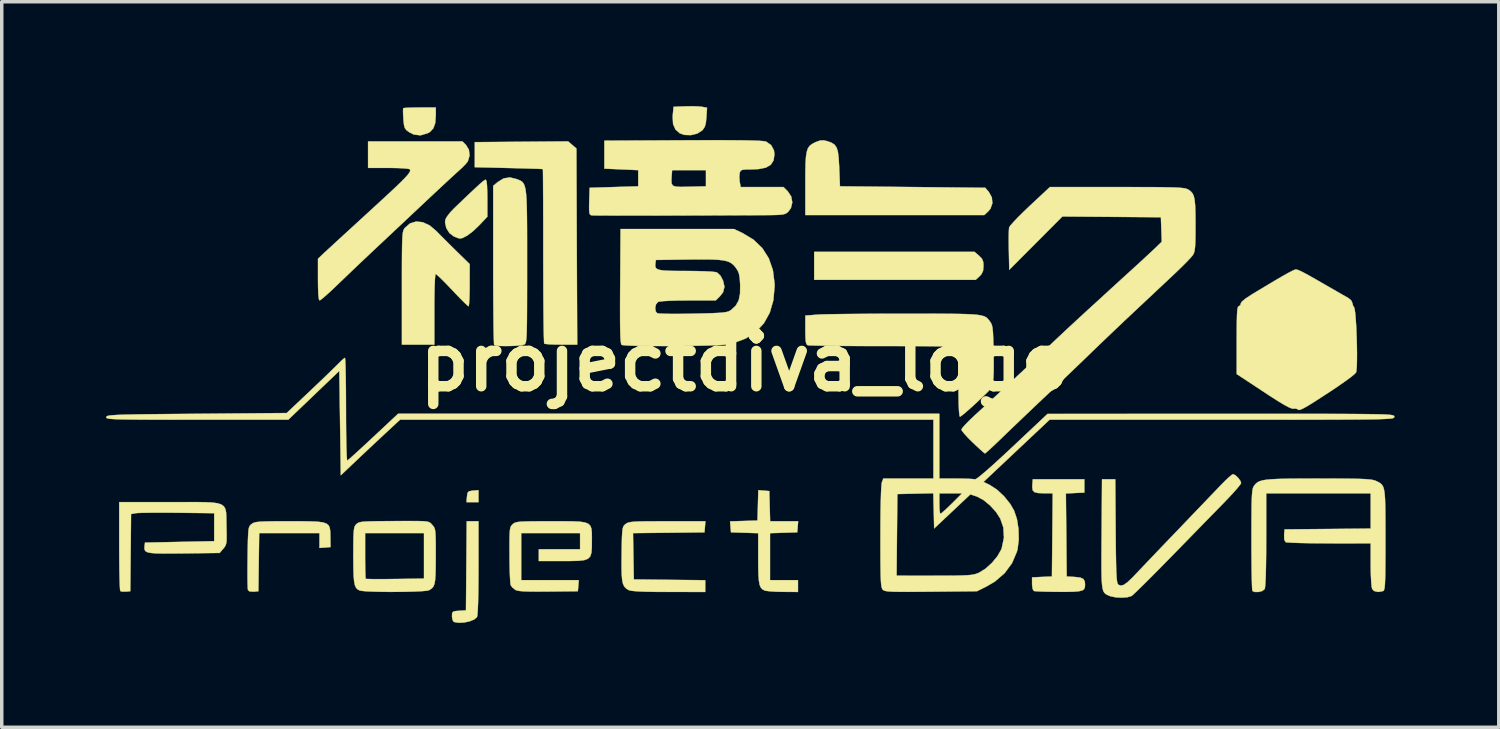
<source format=kicad_pcb>
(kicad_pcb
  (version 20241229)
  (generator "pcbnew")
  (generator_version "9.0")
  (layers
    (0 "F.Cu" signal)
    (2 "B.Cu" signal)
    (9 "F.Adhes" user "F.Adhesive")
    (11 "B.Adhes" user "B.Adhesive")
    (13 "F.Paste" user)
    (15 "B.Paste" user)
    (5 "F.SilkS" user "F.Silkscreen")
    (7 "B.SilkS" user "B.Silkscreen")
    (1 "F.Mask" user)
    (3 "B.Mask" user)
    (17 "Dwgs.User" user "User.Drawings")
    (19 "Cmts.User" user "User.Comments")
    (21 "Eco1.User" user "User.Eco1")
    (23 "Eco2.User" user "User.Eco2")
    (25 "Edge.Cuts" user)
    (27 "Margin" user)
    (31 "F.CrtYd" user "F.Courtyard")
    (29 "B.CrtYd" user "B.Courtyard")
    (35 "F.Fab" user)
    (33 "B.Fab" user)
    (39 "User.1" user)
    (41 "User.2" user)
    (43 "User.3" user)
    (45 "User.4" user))
  (footprint "projectdiva_logo"
    (layer "F.Cu")
    (at 18.37 7.366)
    (property "Reference" "projectdiva_logo" (at 0 0 0) (layer "F.SilkS") (effects (font (size 1.524 1.524) (thickness 0.3))))
    (attr through_hole)
    (fp_poly (pts (xy -7.662 4.022) (xy -8.006 4.022) (xy -7.993 3.863) (xy -7.978 3.758) (xy -7.937 3.711) (xy -7.843 3.693) (xy -7.821 3.691) (xy -7.662 3.678) (xy -7.662 4.022)) (stroke (width 0.01) (type solid)) (fill yes) (layer "F.SilkS"))
    (fp_poly (pts (xy 6.728 -3.065) (xy 6.814 -2.978) (xy 6.851 -2.882) (xy 6.858 -2.767) (xy 6.845 -2.626) (xy 6.795 -2.526) (xy 6.746 -2.474) (xy 6.634 -2.371) (xy 1.99 -2.371) (xy 1.99 -3.175) (xy 6.598 -3.175) (xy 6.728 -3.065)) (stroke (width 0.01) (type solid)) (fill yes) (layer "F.SilkS"))
    (fp_poly (pts (xy -1.365 -7.357) (xy -1.244 -7.346) (xy -1.233 -7.344) (xy -1.091 -7.318) (xy -1.109 -7.045) (xy -1.125 -6.88) (xy -1.156 -6.77) (xy -1.211 -6.688) (xy -1.237 -6.661) (xy -1.376 -6.574) (xy -1.555 -6.531) (xy -1.739 -6.537) (xy -1.873 -6.583) (xy -1.999 -6.693) (xy -2.067 -6.85) (xy -2.079 -7.064) (xy -2.075 -7.112) (xy -2.053 -7.345) (xy -1.714 -7.358) (xy -1.532 -7.361) (xy -1.365 -7.357)) (stroke (width 0.01) (type solid)) (fill yes) (layer "F.SilkS"))
    (fp_poly (pts (xy -8.89 -7.093) (xy -8.906 -6.878) (xy -8.96 -6.727) (xy -9.057 -6.623) (xy -9.125 -6.585) (xy -9.33 -6.525) (xy -9.522 -6.548) (xy -9.656 -6.616) (xy -9.734 -6.674) (xy -9.779 -6.734) (xy -9.804 -6.823) (xy -9.819 -6.966) (xy -9.821 -7.001) (xy -9.83 -7.147) (xy -9.831 -7.257) (xy -9.825 -7.306) (xy -9.825 -7.306) (xy -9.778 -7.313) (xy -9.664 -7.319) (xy -9.502 -7.323) (xy -9.349 -7.324) (xy -8.89 -7.324) (xy -8.89 -7.093)) (stroke (width 0.01) (type solid)) (fill yes) (layer "F.SilkS"))
    (fp_poly (pts (xy -7.662 5.908) (xy -7.664 6.298) (xy -7.668 6.635) (xy -7.674 6.913) (xy -7.683 7.125) (xy -7.693 7.265) (xy -7.705 7.325) (xy -7.782 7.393) (xy -7.915 7.448) (xy -8.076 7.482) (xy -8.237 7.49) (xy -8.369 7.466) (xy -8.371 7.465) (xy -8.407 7.412) (xy -8.424 7.312) (xy -8.424 7.301) (xy -8.42 7.215) (xy -8.391 7.172) (xy -8.317 7.153) (xy -8.223 7.146) (xy -8.022 7.133) (xy -8.011 5.853) (xy -8 4.572) (xy -7.662 4.572) (xy -7.662 5.908)) (stroke (width 0.01) (type solid)) (fill yes) (layer "F.SilkS"))
    (fp_poly (pts (xy -7.433 -5.211) (xy -7.418 -5.094) (xy -7.41 -4.896) (xy -7.408 -4.717) (xy -7.408 -4.185) (xy -7.652 -3.928) (xy -7.822 -3.766) (xy -7.984 -3.644) (xy -8.123 -3.572) (xy -8.201 -3.558) (xy -8.259 -3.574) (xy -8.357 -3.613) (xy -8.373 -3.62) (xy -8.498 -3.715) (xy -8.587 -3.858) (xy -8.623 -4.018) (xy -8.615 -4.101) (xy -8.571 -4.184) (xy -8.483 -4.299) (xy -8.368 -4.421) (xy -8.366 -4.423) (xy -8.106 -4.673) (xy -7.9 -4.869) (xy -7.741 -5.017) (xy -7.625 -5.124) (xy -7.543 -5.194) (xy -7.49 -5.234) (xy -7.46 -5.249) (xy -7.455 -5.249) (xy -7.433 -5.211)) (stroke (width 0.01) (type solid)) (fill yes) (layer "F.SilkS"))
    (fp_poly (pts (xy 0.699 3.704) (xy 0.711 4.138) (xy 0.723 4.572) (xy 1.529 4.572) (xy 1.503 4.889) (xy 0.72 4.914) (xy 0.72 6.265) (xy 1.524 6.265) (xy 1.524 6.604) (xy 1.09 6.601) (xy 0.897 6.597) (xy 0.728 6.586) (xy 0.606 6.572) (xy 0.564 6.561) (xy 0.501 6.528) (xy 0.454 6.476) (xy 0.421 6.396) (xy 0.4 6.274) (xy 0.387 6.1) (xy 0.382 5.862) (xy 0.381 5.635) (xy 0.381 4.914) (xy -0.011 4.902) (xy -0.402 4.889) (xy -0.428 4.575) (xy -0.034 4.563) (xy 0.36 4.551) (xy 0.372 4.114) (xy 0.384 3.678) (xy 0.699 3.704)) (stroke (width 0.01) (type solid)) (fill yes) (layer "F.SilkS"))
    (fp_poly (pts (xy 2.364 -6.357) (xy 2.486 -6.314) (xy 2.573 -6.258) (xy 2.633 -6.177) (xy 2.671 -6.056) (xy 2.693 -5.88) (xy 2.708 -5.636) (xy 2.709 -5.594) (xy 2.731 -5.059) (xy 4.819 -5.038) (xy 6.908 -5.016) (xy 7.01 -4.898) (xy 7.097 -4.741) (xy 7.113 -4.572) (xy 7.058 -4.415) (xy 6.996 -4.341) (xy 6.88 -4.233) (xy 1.736 -4.233) (xy 1.736 -5.124) (xy 1.737 -5.455) (xy 1.742 -5.711) (xy 1.754 -5.905) (xy 1.776 -6.047) (xy 1.809 -6.149) (xy 1.858 -6.221) (xy 1.924 -6.273) (xy 2.01 -6.319) (xy 2.029 -6.328) (xy 2.157 -6.375) (xy 2.262 -6.381) (xy 2.364 -6.357)) (stroke (width 0.01) (type solid)) (fill yes) (layer "F.SilkS"))
    (fp_poly (pts (xy -4.847 -6.146) (xy -4.836 -3.327) (xy -4.824 -0.508) (xy -5.284 -0.508) (xy -5.473 -0.51) (xy -5.63 -0.517) (xy -5.736 -0.527) (xy -5.771 -0.536) (xy -5.777 -0.583) (xy -5.781 -0.706) (xy -5.786 -0.899) (xy -5.79 -1.154) (xy -5.793 -1.464) (xy -5.796 -1.822) (xy -5.798 -2.218) (xy -5.799 -2.647) (xy -5.8 -3.055) (xy -5.8 -3.506) (xy -5.8 -3.931) (xy -5.801 -4.322) (xy -5.802 -4.673) (xy -5.804 -4.975) (xy -5.805 -5.222) (xy -5.807 -5.406) (xy -5.809 -5.519) (xy -5.81 -5.554) (xy -5.854 -5.558) (xy -5.97 -5.563) (xy -6.147 -5.568) (xy -6.372 -5.575) (xy -6.634 -5.582) (xy -6.795 -5.586) (xy -7.768 -5.609) (xy -7.768 -6.329) (xy -5.086 -6.351) (xy -4.847 -6.146)) (stroke (width 0.01) (type solid)) (fill yes) (layer "F.SilkS"))
    (fp_poly (pts (xy 9.758 3.747) (xy 9.493 3.759) (xy 9.227 3.772) (xy 9.239 4.966) (xy 9.25 6.16) (xy 9.482 6.173) (xy 9.639 6.191) (xy 9.73 6.231) (xy 9.771 6.306) (xy 9.778 6.394) (xy 9.773 6.469) (xy 9.75 6.524) (xy 9.696 6.561) (xy 9.6 6.584) (xy 9.452 6.597) (xy 9.24 6.601) (xy 9.019 6.601) (xy 8.789 6.598) (xy 8.586 6.594) (xy 8.428 6.587) (xy 8.33 6.58) (xy 8.308 6.576) (xy 8.273 6.522) (xy 8.256 6.409) (xy 8.255 6.37) (xy 8.255 6.185) (xy 8.541 6.172) (xy 8.826 6.16) (xy 8.838 4.964) (xy 8.849 3.768) (xy 8.605 3.767) (xy 8.429 3.76) (xy 8.323 3.734) (xy 8.272 3.678) (xy 8.26 3.581) (xy 8.263 3.531) (xy 8.276 3.365) (xy 9.758 3.365) (xy 9.758 3.747)) (stroke (width 0.01) (type solid)) (fill yes) (layer "F.SilkS"))
    (fp_poly (pts (xy -12.756 4.572) (xy -12.486 4.576) (xy -12.282 4.585) (xy -12.134 4.605) (xy -12.034 4.639) (xy -11.972 4.689) (xy -11.939 4.761) (xy -11.925 4.856) (xy -11.921 4.979) (xy -11.921 5.02) (xy -11.917 5.313) (xy -12.234 5.339) (xy -12.234 4.911) (xy -13.968 4.911) (xy -13.98 5.747) (xy -13.991 6.583) (xy -14.129 6.596) (xy -14.246 6.588) (xy -14.29 6.549) (xy -14.297 6.489) (xy -14.301 6.359) (xy -14.304 6.172) (xy -14.304 5.94) (xy -14.301 5.679) (xy -14.301 5.611) (xy -14.296 5.317) (xy -14.291 5.096) (xy -14.284 4.937) (xy -14.275 4.827) (xy -14.261 4.754) (xy -14.241 4.707) (xy -14.214 4.675) (xy -14.188 4.653) (xy -14.15 4.627) (xy -14.101 4.607) (xy -14.031 4.593) (xy -13.928 4.583) (xy -13.781 4.577) (xy -13.578 4.573) (xy -13.309 4.572) (xy -13.102 4.572) (xy -12.756 4.572)) (stroke (width 0.01) (type solid)) (fill yes) (layer "F.SilkS"))
    (fp_poly (pts (xy -1.164 4.889) (xy -2.192 4.901) (xy -3.219 4.912) (xy -3.208 5.578) (xy -3.196 6.244) (xy -2.17 6.256) (xy -1.143 6.267) (xy -1.143 6.604) (xy -2.191 6.603) (xy -2.558 6.602) (xy -2.848 6.597) (xy -3.066 6.588) (xy -3.219 6.576) (xy -3.314 6.56) (xy -3.343 6.55) (xy -3.415 6.506) (xy -3.468 6.451) (xy -3.506 6.372) (xy -3.531 6.257) (xy -3.544 6.095) (xy -3.549 5.875) (xy -3.547 5.584) (xy -3.546 5.51) (xy -3.542 5.236) (xy -3.537 5.034) (xy -3.529 4.891) (xy -3.518 4.795) (xy -3.501 4.733) (xy -3.477 4.692) (xy -3.444 4.66) (xy -3.435 4.653) (xy -3.399 4.628) (xy -3.353 4.609) (xy -3.287 4.595) (xy -3.19 4.585) (xy -3.051 4.578) (xy -2.86 4.574) (xy -2.607 4.573) (xy -2.281 4.572) (xy -2.236 4.572) (xy -1.138 4.572) (xy -1.164 4.889)) (stroke (width 0.01) (type solid)) (fill yes) (layer "F.SilkS"))
    (fp_poly (pts (xy -9.264 -4.026) (xy -9.066 -3.934) (xy -8.881 -3.779) (xy -8.772 -3.667) (xy -8.623 -3.518) (xy -8.454 -3.35) (xy -8.302 -3.2) (xy -7.916 -2.823) (xy -7.916 -2.216) (xy -7.918 -2) (xy -7.924 -1.818) (xy -7.933 -1.685) (xy -7.943 -1.615) (xy -7.948 -1.609) (xy -7.987 -1.638) (xy -8.072 -1.719) (xy -8.193 -1.84) (xy -8.339 -1.992) (xy -8.417 -2.075) (xy -8.572 -2.237) (xy -8.708 -2.374) (xy -8.814 -2.477) (xy -8.88 -2.533) (xy -8.894 -2.54) (xy -8.905 -2.499) (xy -8.915 -2.384) (xy -8.923 -2.203) (xy -8.929 -1.966) (xy -8.932 -1.683) (xy -8.932 -1.524) (xy -8.932 -0.508) (xy -9.864 -0.508) (xy -9.864 -2.132) (xy -9.864 -2.546) (xy -9.863 -2.884) (xy -9.861 -3.154) (xy -9.858 -3.365) (xy -9.853 -3.525) (xy -9.846 -3.642) (xy -9.836 -3.726) (xy -9.823 -3.783) (xy -9.806 -3.824) (xy -9.786 -3.855) (xy -9.778 -3.865) (xy -9.631 -3.992) (xy -9.456 -4.046) (xy -9.264 -4.026)) (stroke (width 0.01) (type solid)) (fill yes) (layer "F.SilkS"))
    (fp_poly (pts (xy -6.566 -5.267) (xy -6.502 -5.242) (xy -6.448 -5.217) (xy -6.402 -5.185) (xy -6.365 -5.139) (xy -6.336 -5.073) (xy -6.312 -4.981) (xy -6.295 -4.854) (xy -6.282 -4.686) (xy -6.274 -4.471) (xy -6.269 -4.202) (xy -6.266 -3.872) (xy -6.265 -3.474) (xy -6.265 -3) (xy -6.265 -2.755) (xy -6.265 -2.267) (xy -6.266 -1.857) (xy -6.267 -1.517) (xy -6.269 -1.242) (xy -6.272 -1.023) (xy -6.276 -0.855) (xy -6.282 -0.73) (xy -6.29 -0.641) (xy -6.3 -0.582) (xy -6.313 -0.545) (xy -6.328 -0.523) (xy -6.345 -0.51) (xy -6.347 -0.509) (xy -6.421 -0.491) (xy -6.551 -0.477) (xy -6.713 -0.469) (xy -6.883 -0.466) (xy -7.038 -0.469) (xy -7.156 -0.478) (xy -7.211 -0.494) (xy -7.216 -0.54) (xy -7.221 -0.664) (xy -7.226 -0.856) (xy -7.23 -1.109) (xy -7.233 -1.416) (xy -7.236 -1.768) (xy -7.238 -2.157) (xy -7.239 -2.576) (xy -7.239 -2.797) (xy -7.239 -5.072) (xy -7.113 -5.178) (xy -6.937 -5.287) (xy -6.757 -5.314) (xy -6.566 -5.267)) (stroke (width 0.01) (type solid)) (fill yes) (layer "F.SilkS"))
    (fp_poly (pts (xy -15.522 4.024) (xy -15.316 4.034) (xy -15.162 4.055) (xy -15.054 4.09) (xy -14.983 4.143) (xy -14.941 4.216) (xy -14.92 4.313) (xy -14.913 4.438) (xy -14.911 4.594) (xy -14.909 4.718) (xy -14.904 4.937) (xy -14.904 5.088) (xy -14.912 5.189) (xy -14.931 5.259) (xy -14.962 5.313) (xy -15 5.36) (xy -15.106 5.482) (xy -16.129 5.495) (xy -16.472 5.498) (xy -16.74 5.499) (xy -16.941 5.494) (xy -17.085 5.482) (xy -17.18 5.462) (xy -17.236 5.432) (xy -17.262 5.391) (xy -17.267 5.336) (xy -17.264 5.295) (xy -17.251 5.186) (xy -16.256 5.165) (xy -15.261 5.144) (xy -15.261 4.339) (xy -16.32 4.327) (xy -16.618 4.324) (xy -16.895 4.324) (xy -17.138 4.326) (xy -17.332 4.329) (xy -17.465 4.334) (xy -17.515 4.339) (xy -17.652 4.364) (xy -17.674 6.583) (xy -17.803 6.595) (xy -17.903 6.595) (xy -17.961 6.578) (xy -17.969 6.529) (xy -17.976 6.407) (xy -17.982 6.221) (xy -17.987 5.983) (xy -17.99 5.703) (xy -17.992 5.392) (xy -17.992 5.285) (xy -17.992 4.022) (xy -16.538 4.022) (xy -16.125 4.021) (xy -15.789 4.02) (xy -15.522 4.024)) (stroke (width 0.01) (type solid)) (fill yes) (layer "F.SilkS"))
    (fp_poly (pts (xy -4.963 4.574) (xy -4.758 4.583) (xy -4.61 4.604) (xy -4.51 4.641) (xy -4.449 4.698) (xy -4.416 4.78) (xy -4.404 4.891) (xy -4.402 5.037) (xy -4.403 5.142) (xy -4.404 5.336) (xy -4.416 5.48) (xy -4.449 5.582) (xy -4.514 5.649) (xy -4.622 5.689) (xy -4.784 5.708) (xy -5.01 5.714) (xy -5.257 5.715) (xy -5.927 5.715) (xy -5.927 5.376) (xy -4.741 5.376) (xy -4.741 4.911) (xy -6.435 4.911) (xy -6.435 6.265) (xy -4.779 6.265) (xy -4.792 6.424) (xy -4.805 6.583) (xy -5.652 6.592) (xy -5.964 6.594) (xy -6.202 6.592) (xy -6.376 6.586) (xy -6.497 6.574) (xy -6.574 6.556) (xy -6.602 6.544) (xy -6.691 6.473) (xy -6.736 6.408) (xy -6.746 6.342) (xy -6.755 6.206) (xy -6.763 6.015) (xy -6.768 5.785) (xy -6.77 5.537) (xy -6.771 5.259) (xy -6.77 5.053) (xy -6.765 4.907) (xy -6.756 4.807) (xy -6.741 4.742) (xy -6.718 4.699) (xy -6.688 4.665) (xy -6.681 4.658) (xy -6.647 4.631) (xy -6.606 4.61) (xy -6.545 4.595) (xy -6.455 4.584) (xy -6.323 4.578) (xy -6.14 4.574) (xy -5.894 4.572) (xy -5.58 4.572) (xy -5.234 4.572) (xy -4.963 4.574)) (stroke (width 0.01) (type solid)) (fill yes) (layer "F.SilkS"))
    (fp_poly (pts (xy -8.02 -6.246) (xy -7.938 -6.109) (xy -7.919 -5.943) (xy -7.967 -5.782) (xy -7.971 -5.775) (xy -8.031 -5.7) (xy -8.131 -5.597) (xy -8.213 -5.522) (xy -8.298 -5.446) (xy -8.434 -5.321) (xy -8.608 -5.16) (xy -8.809 -4.973) (xy -9.025 -4.771) (xy -9.144 -4.659) (xy -9.376 -4.441) (xy -9.61 -4.221) (xy -9.831 -4.013) (xy -10.025 -3.831) (xy -10.177 -3.688) (xy -10.223 -3.645) (xy -10.629 -3.264) (xy -10.989 -2.925) (xy -11.317 -2.613) (xy -11.631 -2.312) (xy -11.735 -2.212) (xy -11.896 -2.059) (xy -12.038 -1.93) (xy -12.15 -1.834) (xy -12.217 -1.784) (xy -12.231 -1.778) (xy -12.252 -1.818) (xy -12.266 -1.938) (xy -12.274 -2.14) (xy -12.277 -2.377) (xy -12.277 -2.976) (xy -12.116 -3.129) (xy -12.047 -3.193) (xy -11.924 -3.306) (xy -11.756 -3.461) (xy -11.55 -3.65) (xy -11.315 -3.865) (xy -11.06 -4.099) (xy -10.835 -4.305) (xy -10.519 -4.595) (xy -10.26 -4.834) (xy -10.053 -5.028) (xy -9.894 -5.181) (xy -9.778 -5.299) (xy -9.697 -5.388) (xy -9.649 -5.453) (xy -9.627 -5.5) (xy -9.626 -5.533) (xy -9.632 -5.547) (xy -9.682 -5.562) (xy -9.801 -5.575) (xy -9.974 -5.584) (xy -10.187 -5.588) (xy -10.247 -5.588) (xy -10.837 -5.588) (xy -10.837 -6.35) (xy -8.124 -6.35) (xy -8.02 -6.246)) (stroke (width 0.01) (type solid)) (fill yes) (layer "F.SilkS"))
    (fp_poly (pts (xy 15.87 -2.663) (xy 15.918 -2.647) (xy 15.988 -2.616) (xy 16.089 -2.564) (xy 16.23 -2.487) (xy 16.42 -2.379) (xy 16.669 -2.236) (xy 16.87 -2.12) (xy 17.042 -2.022) (xy 17.196 -1.933) (xy 17.313 -1.867) (xy 17.357 -1.842) (xy 17.434 -1.774) (xy 17.462 -1.707) (xy 17.487 -1.618) (xy 17.511 -1.587) (xy 17.529 -1.531) (xy 17.547 -1.405) (xy 17.562 -1.225) (xy 17.576 -1.007) (xy 17.586 -0.766) (xy 17.593 -0.517) (xy 17.597 -0.276) (xy 17.596 -0.058) (xy 17.591 0.121) (xy 17.581 0.246) (xy 17.569 0.296) (xy 17.519 0.347) (xy 17.411 0.434) (xy 17.255 0.548) (xy 17.064 0.682) (xy 16.857 0.821) (xy 16.573 1.006) (xy 16.352 1.149) (xy 16.184 1.252) (xy 16.063 1.32) (xy 15.981 1.359) (xy 15.93 1.371) (xy 15.902 1.361) (xy 15.896 1.354) (xy 15.839 1.33) (xy 15.777 1.335) (xy 15.724 1.33) (xy 15.635 1.293) (xy 15.502 1.222) (xy 15.318 1.111) (xy 15.077 0.957) (xy 14.912 0.848) (xy 14.139 0.339) (xy 14.139 -0.635) (xy 14.14 -0.954) (xy 14.143 -1.198) (xy 14.148 -1.375) (xy 14.156 -1.496) (xy 14.168 -1.568) (xy 14.184 -1.603) (xy 14.198 -1.609) (xy 14.245 -1.643) (xy 14.251 -1.68) (xy 14.286 -1.743) (xy 14.399 -1.836) (xy 14.589 -1.96) (xy 14.605 -1.969) (xy 14.949 -2.176) (xy 15.226 -2.342) (xy 15.444 -2.469) (xy 15.608 -2.562) (xy 15.725 -2.623) (xy 15.799 -2.657) (xy 15.835 -2.667) (xy 15.87 -2.663)) (stroke (width 0.01) (type solid)) (fill yes) (layer "F.SilkS"))
    (fp_poly (pts (xy 14.101 3.249) (xy 14.181 3.324) (xy 14.245 3.412) (xy 14.266 3.472) (xy 14.238 3.52) (xy 14.16 3.617) (xy 14.041 3.752) (xy 13.892 3.912) (xy 13.768 4.041) (xy 13.614 4.199) (xy 13.412 4.405) (xy 13.175 4.648) (xy 12.914 4.916) (xy 12.641 5.196) (xy 12.367 5.476) (xy 12.237 5.609) (xy 11.992 5.859) (xy 11.763 6.09) (xy 11.557 6.297) (xy 11.382 6.47) (xy 11.245 6.603) (xy 11.152 6.689) (xy 11.116 6.719) (xy 10.999 6.755) (xy 10.836 6.768) (xy 10.661 6.759) (xy 10.509 6.727) (xy 10.477 6.715) (xy 10.419 6.689) (xy 10.37 6.662) (xy 10.332 6.627) (xy 10.303 6.574) (xy 10.281 6.496) (xy 10.266 6.384) (xy 10.256 6.23) (xy 10.251 6.025) (xy 10.25 5.763) (xy 10.251 5.433) (xy 10.254 5.029) (xy 10.255 4.948) (xy 10.266 3.365) (xy 10.647 3.365) (xy 10.658 4.853) (xy 10.661 5.258) (xy 10.666 5.587) (xy 10.671 5.846) (xy 10.677 6.045) (xy 10.686 6.19) (xy 10.696 6.29) (xy 10.709 6.353) (xy 10.725 6.386) (xy 10.73 6.391) (xy 10.799 6.423) (xy 10.883 6.405) (xy 10.991 6.331) (xy 11.134 6.197) (xy 11.201 6.127) (xy 11.293 6.03) (xy 11.433 5.883) (xy 11.613 5.694) (xy 11.823 5.474) (xy 12.054 5.232) (xy 12.297 4.979) (xy 12.403 4.869) (xy 12.651 4.61) (xy 12.896 4.354) (xy 13.127 4.113) (xy 13.334 3.897) (xy 13.507 3.717) (xy 13.635 3.582) (xy 13.67 3.546) (xy 13.803 3.411) (xy 13.918 3.303) (xy 14.001 3.235) (xy 14.033 3.217) (xy 14.101 3.249)) (stroke (width 0.01) (type solid)) (fill yes) (layer "F.SilkS"))
    (fp_poly (pts (xy -9.396 4.566) (xy -9.258 4.57) (xy -9.162 4.579) (xy -9.099 4.592) (xy -9.056 4.612) (xy -9.024 4.639) (xy -8.993 4.674) (xy -8.985 4.683) (xy -8.952 4.723) (xy -8.927 4.769) (xy -8.91 4.832) (xy -8.9 4.926) (xy -8.894 5.064) (xy -8.891 5.258) (xy -8.891 5.522) (xy -8.891 5.58) (xy -8.893 5.874) (xy -8.898 6.095) (xy -8.908 6.256) (xy -8.927 6.368) (xy -8.957 6.445) (xy -8.999 6.497) (xy -9.058 6.538) (xy -9.088 6.555) (xy -9.159 6.57) (xy -9.299 6.582) (xy -9.492 6.591) (xy -9.722 6.598) (xy -9.975 6.601) (xy -10.235 6.602) (xy -10.486 6.599) (xy -10.712 6.593) (xy -10.897 6.585) (xy -11.027 6.572) (xy -11.078 6.561) (xy -11.138 6.53) (xy -11.183 6.483) (xy -11.216 6.409) (xy -11.238 6.297) (xy -11.252 6.136) (xy -11.258 5.916) (xy -11.261 5.624) (xy -11.261 5.548) (xy -11.26 5.266) (xy -11.258 5.056) (xy -11.252 4.911) (xy -10.922 4.911) (xy -10.922 5.56) (xy -10.921 5.785) (xy -10.918 5.979) (xy -10.913 6.126) (xy -10.908 6.211) (xy -10.904 6.227) (xy -10.859 6.231) (xy -10.741 6.234) (xy -10.566 6.236) (xy -10.345 6.235) (xy -10.092 6.232) (xy -10.058 6.232) (xy -9.229 6.22) (xy -9.229 4.911) (xy -10.922 4.911) (xy -11.252 4.911) (xy -11.252 4.906) (xy -11.242 4.804) (xy -11.227 4.736) (xy -11.205 4.691) (xy -11.176 4.657) (xy -11.143 4.629) (xy -11.1 4.608) (xy -11.036 4.592) (xy -10.939 4.582) (xy -10.797 4.575) (xy -10.599 4.571) (xy -10.334 4.568) (xy -10.171 4.567) (xy -9.842 4.565) (xy -9.587 4.565) (xy -9.396 4.566)) (stroke (width 0.01) (type solid)) (fill yes) (layer "F.SilkS"))
    (fp_poly (pts (xy -0.367 -6.383) (xy -0.047 -6.38) (xy 0.205 -6.375) (xy 0.393 -6.368) (xy 0.521 -6.359) (xy 0.594 -6.348) (xy 0.605 -6.345) (xy 0.753 -6.243) (xy 0.833 -6.092) (xy 0.847 -5.978) (xy 0.822 -5.805) (xy 0.742 -5.679) (xy 0.602 -5.597) (xy 0.394 -5.555) (xy 0.193 -5.546) (xy 0.031 -5.544) (xy -0.067 -5.535) (xy -0.118 -5.513) (xy -0.143 -5.472) (xy -0.152 -5.44) (xy -0.163 -5.323) (xy -0.151 -5.189) (xy -0.151 -5.186) (xy -0.123 -5.038) (xy 1.107 -5.038) (xy 1.231 -4.914) (xy 1.33 -4.764) (xy 1.36 -4.596) (xy 1.321 -4.435) (xy 1.251 -4.337) (xy 1.208 -4.298) (xy 1.163 -4.27) (xy 1.099 -4.252) (xy 1.004 -4.24) (xy 0.862 -4.234) (xy 0.66 -4.231) (xy 0.478 -4.23) (xy -0.189 -4.227) (xy -0.826 -4.224) (xy -1.426 -4.222) (xy -1.986 -4.22) (xy -2.501 -4.219) (xy -2.965 -4.218) (xy -3.373 -4.218) (xy -3.722 -4.219) (xy -4.005 -4.22) (xy -4.219 -4.221) (xy -4.358 -4.223) (xy -4.417 -4.226) (xy -4.418 -4.226) (xy -4.452 -4.243) (xy -4.472 -4.286) (xy -4.481 -4.374) (xy -4.481 -4.521) (xy -4.478 -4.628) (xy -4.466 -5.016) (xy -3.768 -5.038) (xy -3.069 -5.059) (xy -3.069 -5.213) (xy -2.116 -5.213) (xy -2.107 -5.128) (xy -2.068 -5.076) (xy -1.987 -5.05) (xy -1.851 -5.042) (xy -1.645 -5.046) (xy -1.599 -5.047) (xy -1.122 -5.059) (xy -1.122 -5.524) (xy -2.095 -5.524) (xy -2.109 -5.34) (xy -2.116 -5.213) (xy -3.069 -5.213) (xy -3.069 -5.524) (xy -3.556 -5.546) (xy -4.043 -5.567) (xy -4.043 -6.371) (xy -1.778 -6.382) (xy -1.229 -6.384) (xy -0.76 -6.385) (xy -0.367 -6.383)) (stroke (width 0.01) (type solid)) (fill yes) (layer "F.SilkS"))
    (fp_poly (pts (xy 5.09 -1.396) (xy 5.51 -1.395) (xy 5.86 -1.394) (xy 6.146 -1.39) (xy 6.375 -1.384) (xy 6.556 -1.375) (xy 6.695 -1.362) (xy 6.799 -1.344) (xy 6.876 -1.322) (xy 6.932 -1.294) (xy 6.974 -1.259) (xy 7.01 -1.217) (xy 7.044 -1.172) (xy 7.077 -1.122) (xy 7.101 -1.062) (xy 7.118 -0.98) (xy 7.13 -0.86) (xy 7.138 -0.691) (xy 7.144 -0.457) (xy 7.147 -0.309) (xy 7.152 0.01) (xy 7.151 0.257) (xy 7.143 0.443) (xy 7.127 0.58) (xy 7.1 0.682) (xy 7.061 0.759) (xy 7.008 0.824) (xy 6.993 0.839) (xy 6.834 0.995) (xy 6.669 1.151) (xy 6.51 1.296) (xy 6.369 1.421) (xy 6.259 1.513) (xy 6.192 1.562) (xy 6.181 1.566) (xy 6.166 1.525) (xy 6.154 1.403) (xy 6.145 1.206) (xy 6.14 0.937) (xy 6.138 0.617) (xy 6.137 0.339) (xy 6.134 0.087) (xy 6.129 -0.126) (xy 6.123 -0.286) (xy 6.116 -0.381) (xy 6.113 -0.399) (xy 6.1 -0.414) (xy 6.07 -0.427) (xy 6.016 -0.437) (xy 5.93 -0.446) (xy 5.807 -0.452) (xy 5.64 -0.457) (xy 5.42 -0.461) (xy 5.142 -0.463) (xy 4.799 -0.465) (xy 4.384 -0.466) (xy 3.978 -0.466) (xy 3.562 -0.466) (xy 3.17 -0.468) (xy 2.812 -0.47) (xy 2.494 -0.473) (xy 2.227 -0.477) (xy 2.017 -0.481) (xy 1.874 -0.485) (xy 1.806 -0.49) (xy 1.803 -0.491) (xy 1.771 -0.518) (xy 1.751 -0.58) (xy 1.74 -0.692) (xy 1.736 -0.869) (xy 1.736 -0.93) (xy 1.736 -1.342) (xy 2.085 -1.369) (xy 2.196 -1.375) (xy 2.383 -1.38) (xy 2.634 -1.384) (xy 2.941 -1.388) (xy 3.294 -1.391) (xy 3.683 -1.394) (xy 4.098 -1.396) (xy 4.529 -1.396) (xy 4.593 -1.396) (xy 5.09 -1.396)) (stroke (width 0.01) (type solid)) (fill yes) (layer "F.SilkS"))
    (fp_poly (pts (xy 16.898 3.345) (xy 17.228 3.346) (xy 17.491 3.349) (xy 17.696 3.354) (xy 17.851 3.361) (xy 17.966 3.371) (xy 18.049 3.383) (xy 18.109 3.399) (xy 18.145 3.413) (xy 18.215 3.447) (xy 18.272 3.481) (xy 18.316 3.523) (xy 18.351 3.583) (xy 18.376 3.67) (xy 18.394 3.791) (xy 18.405 3.955) (xy 18.411 4.172) (xy 18.414 4.45) (xy 18.415 4.797) (xy 18.415 5.106) (xy 18.415 5.498) (xy 18.413 5.813) (xy 18.411 6.061) (xy 18.406 6.249) (xy 18.4 6.385) (xy 18.391 6.477) (xy 18.379 6.535) (xy 18.364 6.566) (xy 18.348 6.578) (xy 18.21 6.604) (xy 18.094 6.578) (xy 18.035 6.522) (xy 18.019 6.451) (xy 18.006 6.312) (xy 17.997 6.122) (xy 17.992 5.899) (xy 17.992 5.824) (xy 17.992 5.207) (xy 16.796 5.206) (xy 16.484 5.205) (xy 16.199 5.201) (xy 15.951 5.196) (xy 15.752 5.189) (xy 15.614 5.181) (xy 15.547 5.172) (xy 15.544 5.17) (xy 15.506 5.1) (xy 15.502 4.97) (xy 15.515 4.805) (xy 16.753 4.794) (xy 17.992 4.782) (xy 17.992 3.768) (xy 14.986 3.768) (xy 14.986 5.104) (xy 14.985 5.51) (xy 14.98 5.854) (xy 14.974 6.133) (xy 14.964 6.341) (xy 14.953 6.474) (xy 14.942 6.522) (xy 14.874 6.576) (xy 14.764 6.605) (xy 14.653 6.604) (xy 14.591 6.576) (xy 14.584 6.528) (xy 14.578 6.406) (xy 14.573 6.219) (xy 14.568 5.977) (xy 14.565 5.691) (xy 14.563 5.369) (xy 14.563 5.104) (xy 14.563 4.709) (xy 14.565 4.391) (xy 14.567 4.14) (xy 14.572 3.948) (xy 14.579 3.805) (xy 14.589 3.702) (xy 14.601 3.632) (xy 14.617 3.586) (xy 14.632 3.561) (xy 14.673 3.507) (xy 14.721 3.463) (xy 14.783 3.427) (xy 14.867 3.4) (xy 14.983 3.379) (xy 15.138 3.364) (xy 15.341 3.354) (xy 15.6 3.348) (xy 15.924 3.345) (xy 16.321 3.344) (xy 16.492 3.344) (xy 16.898 3.345)) (stroke (width 0.01) (type solid)) (fill yes) (layer "F.SilkS"))
    (fp_poly (pts (xy -0.08 -3.72) (xy 0.243 -3.527) (xy 0.498 -3.282) (xy 0.685 -2.988) (xy 0.803 -2.647) (xy 0.851 -2.26) (xy 0.852 -2.187) (xy 0.816 -1.783) (xy 0.713 -1.427) (xy 0.546 -1.124) (xy 0.315 -0.875) (xy 0.024 -0.684) (xy -0.325 -0.553) (xy -0.511 -0.513) (xy -0.619 -0.502) (xy -0.792 -0.492) (xy -1.017 -0.483) (xy -1.283 -0.477) (xy -1.578 -0.472) (xy -1.89 -0.468) (xy -2.206 -0.466) (xy -2.515 -0.467) (xy -2.805 -0.469) (xy -3.063 -0.472) (xy -3.278 -0.478) (xy -3.437 -0.486) (xy -3.53 -0.496) (xy -3.546 -0.501) (xy -3.56 -0.527) (xy -3.571 -0.591) (xy -3.58 -0.7) (xy -3.586 -0.859) (xy -3.59 -1.075) (xy -3.591 -1.356) (xy -3.591 -1.559) (xy -2.582 -1.559) (xy -2.565 -1.459) (xy -2.522 -1.41) (xy -2.464 -1.401) (xy -2.334 -1.395) (xy -2.145 -1.391) (xy -1.91 -1.391) (xy -1.641 -1.394) (xy -1.488 -1.397) (xy -1.173 -1.404) (xy -0.932 -1.412) (xy -0.753 -1.42) (xy -0.623 -1.431) (xy -0.532 -1.445) (xy -0.469 -1.463) (xy -0.421 -1.488) (xy -0.395 -1.506) (xy -0.263 -1.63) (xy -0.18 -1.78) (xy -0.141 -1.974) (xy -0.138 -2.229) (xy -0.15 -2.414) (xy -0.171 -2.54) (xy -0.208 -2.635) (xy -0.268 -2.725) (xy -0.269 -2.726) (xy -0.331 -2.799) (xy -0.401 -2.855) (xy -0.489 -2.898) (xy -0.606 -2.927) (xy -0.763 -2.946) (xy -0.97 -2.956) (xy -1.239 -2.958) (xy -1.58 -2.956) (xy -1.63 -2.955) (xy -2.561 -2.942) (xy -2.575 -2.845) (xy -2.58 -2.773) (xy -2.567 -2.718) (xy -2.524 -2.679) (xy -2.443 -2.653) (xy -2.312 -2.636) (xy -2.123 -2.628) (xy -1.864 -2.625) (xy -1.685 -2.625) (xy -1.405 -2.622) (xy -1.164 -2.616) (xy -0.974 -2.606) (xy -0.848 -2.593) (xy -0.802 -2.581) (xy -0.705 -2.49) (xy -0.63 -2.347) (xy -0.594 -2.188) (xy -0.593 -2.158) (xy -0.631 -2.011) (xy -0.716 -1.902) (xy -0.84 -1.778) (xy -1.629 -1.778) (xy -1.909 -1.776) (xy -2.148 -1.769) (xy -2.336 -1.759) (xy -2.459 -1.745) (xy -2.5 -1.734) (xy -2.56 -1.663) (xy -2.582 -1.559) (xy -3.591 -1.559) (xy -3.591 -1.707) (xy -3.589 -2.136) (xy -3.588 -2.183) (xy -3.577 -3.831) (xy -0.318 -3.831) (xy -0.08 -3.72)) (stroke (width 0.01) (type solid)) (fill yes) (layer "F.SilkS"))
    (fp_poly (pts (xy 11.155 -5.037) (xy 11.538 -5.036) (xy 11.85 -5.035) (xy 12.101 -5.031) (xy 12.298 -5.027) (xy 12.448 -5.021) (xy 12.559 -5.012) (xy 12.638 -5.002) (xy 12.693 -4.989) (xy 12.732 -4.973) (xy 12.743 -4.967) (xy 12.814 -4.918) (xy 12.867 -4.858) (xy 12.905 -4.776) (xy 12.93 -4.658) (xy 12.945 -4.493) (xy 12.952 -4.269) (xy 12.954 -3.974) (xy 12.954 -3.946) (xy 12.953 -3.669) (xy 12.949 -3.463) (xy 12.941 -3.316) (xy 12.928 -3.213) (xy 12.909 -3.142) (xy 12.882 -3.088) (xy 12.878 -3.082) (xy 12.822 -3.014) (xy 12.716 -2.902) (xy 12.573 -2.758) (xy 12.405 -2.595) (xy 12.296 -2.492) (xy 12.094 -2.302) (xy 11.852 -2.075) (xy 11.592 -1.831) (xy 11.337 -1.592) (xy 11.155 -1.421) (xy 10.907 -1.188) (xy 10.629 -0.924) (xy 10.346 -0.654) (xy 10.082 -0.401) (xy 9.927 -0.251) (xy 9.712 -0.043) (xy 9.488 0.172) (xy 9.274 0.377) (xy 9.088 0.554) (xy 8.975 0.662) (xy 8.527 1.084) (xy 8.061 1.527) (xy 7.607 1.961) (xy 7.345 2.214) (xy 7.19 2.362) (xy 7.058 2.486) (xy 6.959 2.575) (xy 6.906 2.619) (xy 6.9 2.622) (xy 6.863 2.594) (xy 6.778 2.52) (xy 6.659 2.411) (xy 6.551 2.308) (xy 6.416 2.175) (xy 6.308 2.057) (xy 6.24 1.971) (xy 6.223 1.936) (xy 6.253 1.886) (xy 6.334 1.793) (xy 6.456 1.669) (xy 6.605 1.527) (xy 6.636 1.499) (xy 6.996 1.169) (xy 7.357 0.835) (xy 7.709 0.509) (xy 8.04 0.2) (xy 8.339 -0.08) (xy 8.594 -0.322) (xy 8.742 -0.464) (xy 8.864 -0.582) (xy 9.004 -0.714) (xy 9.165 -0.865) (xy 9.353 -1.04) (xy 9.574 -1.244) (xy 9.833 -1.483) (xy 10.136 -1.759) (xy 10.486 -2.08) (xy 10.89 -2.449) (xy 11.218 -2.748) (xy 11.395 -2.91) (xy 11.564 -3.066) (xy 11.708 -3.2) (xy 11.81 -3.296) (xy 11.823 -3.309) (xy 11.984 -3.465) (xy 11.959 -4.17) (xy 10.542 -4.181) (xy 9.126 -4.192) (xy 8.362 -3.425) (xy 7.599 -2.659) (xy 7.587 -3.224) (xy 7.584 -3.441) (xy 7.584 -3.634) (xy 7.588 -3.783) (xy 7.595 -3.87) (xy 7.596 -3.877) (xy 7.633 -3.933) (xy 7.723 -4.035) (xy 7.854 -4.173) (xy 8.018 -4.335) (xy 8.193 -4.502) (xy 8.768 -5.038) (xy 10.696 -5.038) (xy 11.155 -5.037)) (stroke (width 0.01) (type solid)) (fill yes) (layer "F.SilkS"))
    (fp_poly (pts (xy -11.495 -0.086) (xy -11.489 0.03) (xy -11.483 0.211) (xy -11.479 0.448) (xy -11.475 0.732) (xy -11.473 1.053) (xy -11.472 1.358) (xy -11.471 1.706) (xy -11.468 2.023) (xy -11.464 2.301) (xy -11.458 2.529) (xy -11.451 2.699) (xy -11.443 2.802) (xy -11.436 2.829) (xy -11.395 2.797) (xy -11.303 2.716) (xy -11.167 2.593) (xy -10.997 2.437) (xy -10.802 2.256) (xy -10.686 2.148) (xy -9.974 1.482) (xy 5.588 1.482) (xy 5.588 3.344) (xy 6.071 3.344) (xy 6.27 3.346) (xy 6.44 3.351) (xy 6.562 3.359) (xy 6.615 3.367) (xy 6.663 3.345) (xy 6.767 3.266) (xy 6.925 3.133) (xy 7.133 2.949) (xy 7.387 2.717) (xy 7.684 2.441) (xy 7.687 2.438) (xy 8.7 1.485) (xy 13.684 1.483) (xy 14.438 1.483) (xy 15.112 1.483) (xy 15.711 1.483) (xy 16.238 1.483) (xy 16.698 1.484) (xy 17.096 1.485) (xy 17.437 1.487) (xy 17.725 1.489) (xy 17.964 1.492) (xy 18.158 1.495) (xy 18.313 1.499) (xy 18.434 1.504) (xy 18.523 1.51) (xy 18.586 1.517) (xy 18.628 1.526) (xy 18.653 1.535) (xy 18.665 1.545) (xy 18.669 1.557) (xy 18.669 1.566) (xy 18.668 1.579) (xy 18.662 1.591) (xy 18.646 1.601) (xy 18.617 1.61) (xy 18.569 1.618) (xy 18.498 1.624) (xy 18.399 1.63) (xy 18.268 1.635) (xy 18.1 1.639) (xy 17.892 1.642) (xy 17.637 1.645) (xy 17.333 1.647) (xy 16.973 1.649) (xy 16.555 1.65) (xy 16.073 1.65) (xy 15.522 1.651) (xy 14.899 1.651) (xy 14.198 1.651) (xy 13.714 1.651) (xy 8.759 1.651) (xy 7.809 2.545) (xy 6.858 3.44) (xy 7.038 3.528) (xy 7.245 3.663) (xy 7.45 3.854) (xy 7.627 4.074) (xy 7.738 4.266) (xy 7.82 4.511) (xy 7.865 4.799) (xy 7.872 5.098) (xy 7.838 5.372) (xy 7.818 5.448) (xy 7.677 5.778) (xy 7.464 6.066) (xy 7.184 6.306) (xy 6.944 6.447) (xy 6.67 6.583) (xy 5.351 6.596) (xy 4.978 6.599) (xy 4.681 6.601) (xy 4.45 6.6) (xy 4.277 6.597) (xy 4.152 6.591) (xy 4.066 6.581) (xy 4.011 6.568) (xy 3.976 6.551) (xy 3.964 6.54) (xy 3.945 6.514) (xy 3.93 6.471) (xy 3.918 6.402) (xy 3.909 6.299) (xy 3.903 6.153) (xy 3.903 6.138) (xy 4.359 6.138) (xy 5.45 6.137) (xy 5.786 6.137) (xy 6.049 6.135) (xy 6.25 6.13) (xy 6.401 6.123) (xy 6.513 6.113) (xy 6.597 6.097) (xy 6.666 6.077) (xy 6.73 6.051) (xy 6.731 6.05) (xy 6.917 5.935) (xy 7.101 5.768) (xy 7.26 5.576) (xy 7.369 5.384) (xy 7.383 5.347) (xy 7.447 5.043) (xy 7.429 4.749) (xy 7.342 4.497) (xy 7.216 4.301) (xy 7.046 4.115) (xy 6.858 3.961) (xy 6.673 3.862) (xy 6.653 3.855) (xy 6.481 3.798) (xy 5.961 4.288) (xy 5.44 4.778) (xy 5.428 4.271) (xy 5.423 4.064) (xy 5.588 4.064) (xy 5.592 4.21) (xy 5.603 4.315) (xy 5.618 4.359) (xy 5.62 4.359) (xy 5.661 4.33) (xy 5.748 4.254) (xy 5.865 4.144) (xy 5.948 4.063) (xy 6.244 3.768) (xy 5.916 3.768) (xy 5.588 3.768) (xy 5.588 4.064) (xy 5.423 4.064) (xy 5.416 3.765) (xy 4.899 3.777) (xy 4.381 3.789) (xy 4.359 6.138) (xy 3.903 6.138) (xy 3.899 5.956) (xy 3.896 5.699) (xy 3.895 5.374) (xy 3.895 5.016) (xy 3.896 4.641) (xy 3.899 4.302) (xy 3.905 4.007) (xy 3.912 3.765) (xy 3.921 3.586) (xy 3.931 3.477) (xy 3.936 3.453) (xy 3.977 3.344) (xy 5.419 3.344) (xy 5.419 1.651) (xy -9.917 1.651) (xy -10.346 2.048) (xy -10.556 2.245) (xy -10.796 2.469) (xy -11.032 2.691) (xy -11.197 2.847) (xy -11.62 3.249) (xy -11.642 1.748) (xy -11.663 0.246) (xy -13.131 1.651) (xy -15.755 1.651) (xy -16.292 1.651) (xy -16.75 1.65) (xy -17.136 1.65) (xy -17.456 1.648) (xy -17.716 1.645) (xy -17.921 1.642) (xy -18.079 1.637) (xy -18.195 1.631) (xy -18.275 1.624) (xy -18.326 1.614) (xy -18.354 1.603) (xy -18.365 1.59) (xy -18.365 1.577) (xy -18.358 1.562) (xy -18.338 1.548) (xy -18.301 1.537) (xy -18.239 1.528) (xy -18.146 1.52) (xy -18.017 1.513) (xy -17.844 1.507) (xy -17.621 1.502) (xy -17.343 1.497) (xy -17.003 1.493) (xy -16.595 1.489) (xy -16.112 1.485) (xy -15.764 1.482) (xy -13.177 1.46) (xy -12.505 0.826) (xy -12.297 0.628) (xy -12.101 0.441) (xy -11.928 0.274) (xy -11.79 0.139) (xy -11.698 0.048) (xy -11.682 0.032) (xy -11.591 -0.058) (xy -11.523 -0.116) (xy -11.502 -0.127) (xy -11.495 -0.086)) (stroke (width 0.01) (type solid)) (fill yes) (layer "F.SilkS")))
  (gr_rect
    (start -3 -3)
    (end 40.044 17.861)
    (stroke (width 0.1) (type default))
    (fill no)
    (layer "Edge.Cuts")))
</source>
